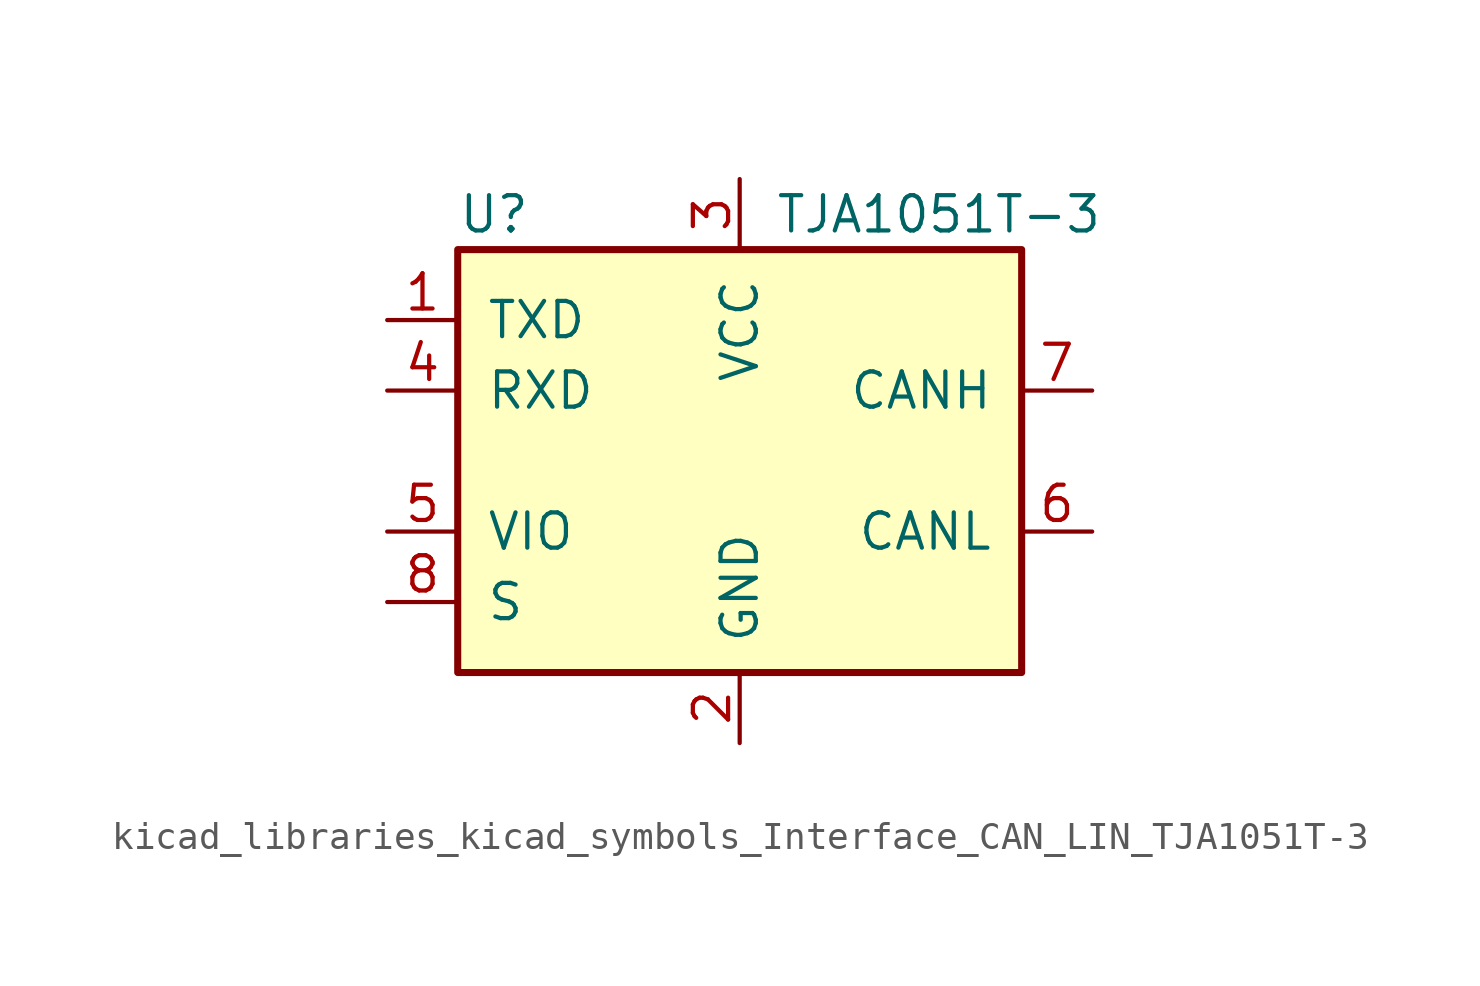
<source format=kicad_sym>
(kicad_symbol_lib
  (version 20220914)
  (generator kicad_symbol_editor)
  (symbol "kicad_libraries_kicad_symbols_Interface_CAN_LIN_TJA1051T-3"
    (pin_names
      (offset 1.016))
    (property "Reference" "U"
      (at -10.16 8.89 0)
      (effects (font (size 1.27 1.27)) (justify left)))
    (property "Value" "TJA1051T-3"
      (at 1.27 8.89 0)
      (effects (font (size 1.27 1.27)) (justify left)))
    (symbol "kicad_libraries_kicad_symbols_Interface_CAN_LIN_TJA1051T-3_0_1"
      (rectangle (start -10.16 7.62) (end 10.16 -7.62) (stroke (width 0.254) (type default)) (fill (type background))))
    (symbol "kicad_libraries_kicad_symbols_Interface_CAN_LIN_TJA1051T-3_1_1"
      (pin input line (at -12.7 5.08 0) (length 2.54) (name "TXD" (effects (font (size 1.27 1.27)))) (number "1" (effects (font (size 1.27 1.27)))))
      (pin power_in line (at 0 -10.16 90) (length 2.54) (name "GND" (effects (font (size 1.27 1.27)))) (number "2" (effects (font (size 1.27 1.27)))))
      (pin power_in line (at 0 10.16 270) (length 2.54) (name "VCC" (effects (font (size 1.27 1.27)))) (number "3" (effects (font (size 1.27 1.27)))))
      (pin output line (at -12.7 2.54 0) (length 2.54) (name "RXD" (effects (font (size 1.27 1.27)))) (number "4" (effects (font (size 1.27 1.27)))))
      (pin power_in line (at -12.7 -2.54 0) (length 2.54) (name "VIO" (effects (font (size 1.27 1.27)))) (number "5" (effects (font (size 1.27 1.27)))))
      (pin bidirectional line (at 12.7 -2.54 180) (length 2.54) (name "CANL" (effects (font (size 1.27 1.27)))) (number "6" (effects (font (size 1.27 1.27)))))
      (pin bidirectional line (at 12.7 2.54 180) (length 2.54) (name "CANH" (effects (font (size 1.27 1.27)))) (number "7" (effects (font (size 1.27 1.27)))))
      (pin input line (at -12.7 -5.08 0) (length 2.54) (name "S" (effects (font (size 1.27 1.27)))) (number "8" (effects (font (size 1.27 1.27))))))))
</source>
